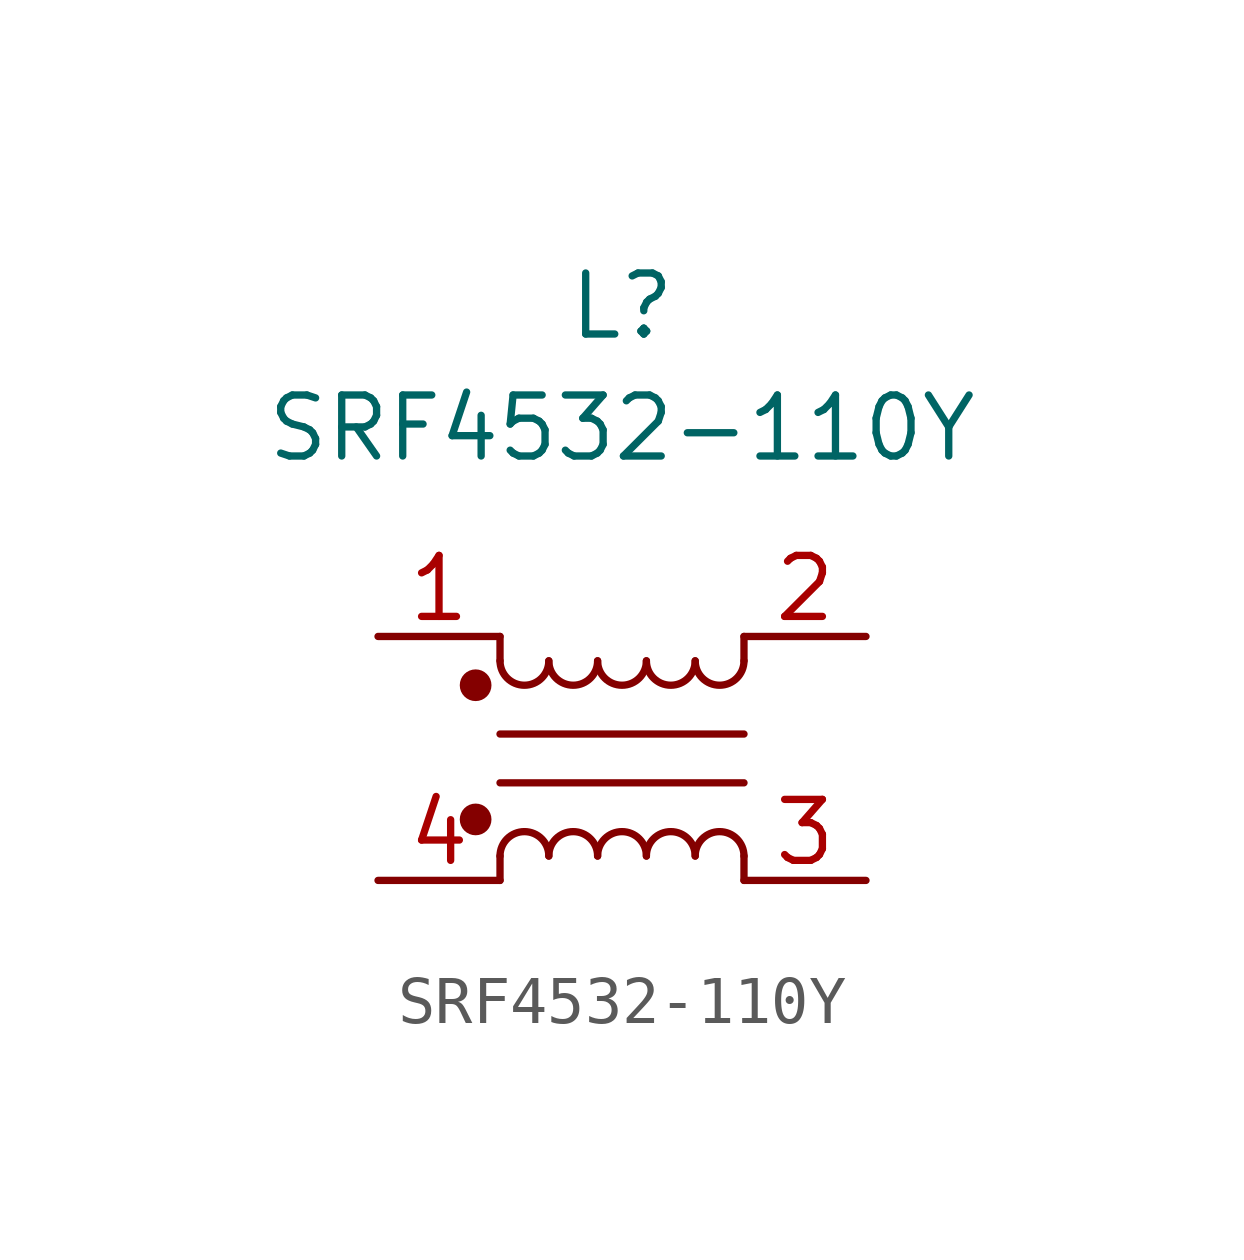
<source format=kicad_sym>
(kicad_symbol_lib
  (version 20231120)
  (generator "kicad_symbol_editor")
  (generator_version "8.0")
  (symbol "SRF4532-110Y"
    (pin_names hide)
    (property "Reference" "L"
      (at 0 5.08 0)
      (effects (font (size 1.27 1.27)) (justify top)))
    (property "Value" "SRF4532-110Y"
      (at 0 2.54 0)
      (effects (font (size 1.27 1.27)) (justify top)))
    (symbol "SRF4532-110Y_1_1"
      (circle (center -3.048 -6.35) (radius 0.254) (stroke (width 0) (type default)) (fill (type outline)))
      (circle (center -3.048 -3.556) (radius 0.254) (stroke (width 0) (type default)) (fill (type outline)))
      (arc (start -2.54 -3.048) (mid -2.032 -3.5538) (end -1.524 -3.048) (stroke (width 0) (type default)) (fill (type none)))
      (arc (start -1.524 -7.112) (mid -2.032 -6.6062) (end -2.54 -7.112) (stroke (width 0) (type default)) (fill (type none)))
      (arc (start -1.524 -3.048) (mid -1.016 -3.5538) (end -0.508 -3.048) (stroke (width 0) (type default)) (fill (type none)))
      (arc (start -0.508 -7.112) (mid -1.016 -6.6062) (end -1.524 -7.112) (stroke (width 0) (type default)) (fill (type none)))
      (arc (start -0.508 -3.048) (mid 0 -3.5538) (end 0.508 -3.048) (stroke (width 0) (type default)) (fill (type none)))
      (polyline (pts (xy -2.54 -7.112) (xy -2.54 -7.62)) (stroke (width 0) (type default)) (fill (type none)))
      (polyline (pts (xy -2.54 -4.572) (xy 2.54 -4.572)) (stroke (width 0) (type default)) (fill (type none)))
      (polyline (pts (xy -2.54 -3.048) (xy -2.54 -2.54)) (stroke (width 0) (type default)) (fill (type none)))
      (polyline (pts (xy 2.54 -7.112) (xy 2.54 -7.62)) (stroke (width 0) (type default)) (fill (type none)))
      (polyline (pts (xy 2.54 -5.588) (xy -2.54 -5.588)) (stroke (width 0) (type default)) (fill (type none)))
      (polyline (pts (xy 2.54 -2.54) (xy 2.54 -3.048)) (stroke (width 0) (type default)) (fill (type none)))
      (arc (start 0.508 -7.112) (mid 0 -6.6062) (end -0.508 -7.112) (stroke (width 0) (type default)) (fill (type none)))
      (arc (start 0.508 -3.048) (mid 1.016 -3.5538) (end 1.524 -3.048) (stroke (width 0) (type default)) (fill (type none)))
      (arc (start 1.524 -7.112) (mid 1.016 -6.6062) (end 0.508 -7.112) (stroke (width 0) (type default)) (fill (type none)))
      (arc (start 1.524 -3.048) (mid 2.032 -3.5538) (end 2.54 -3.048) (stroke (width 0) (type default)) (fill (type none)))
      (arc (start 2.54 -7.112) (mid 2.032 -6.6062) (end 1.524 -7.112) (stroke (width 0) (type default)) (fill (type none)))
      (pin passive line (at -5.08 -2.54 0) (length 2.54) (name "1" (effects (font (size 1.27 1.27)))) (number "1" (effects (font (size 1.27 1.27)))))
      (pin passive line (at 5.08 -2.54 180) (length 2.54) (name "2" (effects (font (size 1.27 1.27)))) (number "2" (effects (font (size 1.27 1.27)))))
      (pin passive line (at 5.08 -7.62 180) (length 2.54) (name "3" (effects (font (size 1.27 1.27)))) (number "3" (effects (font (size 1.27 1.27)))))
      (pin passive line (at -5.08 -7.62 0) (length 2.54) (name "4" (effects (font (size 1.27 1.27)))) (number "4" (effects (font (size 1.27 1.27))))))))
</source>
